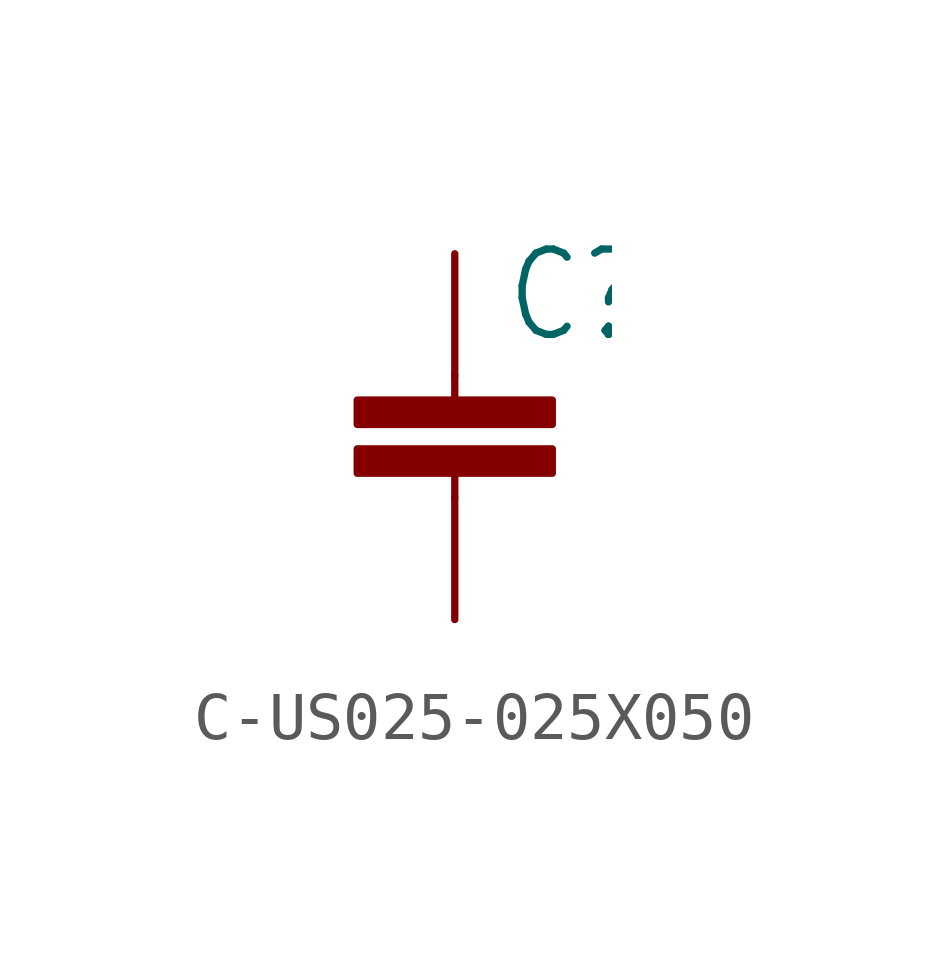
<source format=kicad_sym>
(kicad_symbol_lib
  (version 20231120)
  (generator "kicad_symbol_editor")
  (generator_version "8.99")
  (symbol "C-US025-025X050"
    (property "Reference" "C"
      (at 1.016 0.635 0)
      (effects (font (size 1.778 1.511)) (justify left bottom)))
    (property "Value" ""
      (at 1.016 -4.191 0)
      (effects (font (size 1.778 1.511)) (justify left bottom)))
    (property "ki_locked" ""
      (at 0 0 0)
      (effects (font (size 1.27 1.27))))
    (symbol "C-US025-025X050_1_0"
      (rectangle (start -2.032 -2.032) (end 2.032 -1.524) (stroke (width 0) (type default)) (fill (type outline)))
      (rectangle (start -2.032 -1.016) (end 2.032 -0.508) (stroke (width 0) (type default)) (fill (type outline)))
      (polyline (pts (xy 0 -2.54) (xy 0 -2.032)) (stroke (width 0.152) (type solid)) (fill (type none)))
      (polyline (pts (xy 0 0) (xy 0 -0.508)) (stroke (width 0.152) (type solid)) (fill (type none)))
      (pin passive line (at 0 2.54 270) (length 2.54) (name "1" (effects (font (size 0 0)))) (number "1" (effects (font (size 0 0)))))
      (pin passive line (at 0 -5.08 90) (length 2.54) (name "2" (effects (font (size 0 0)))) (number "2" (effects (font (size 0 0))))))))
</source>
